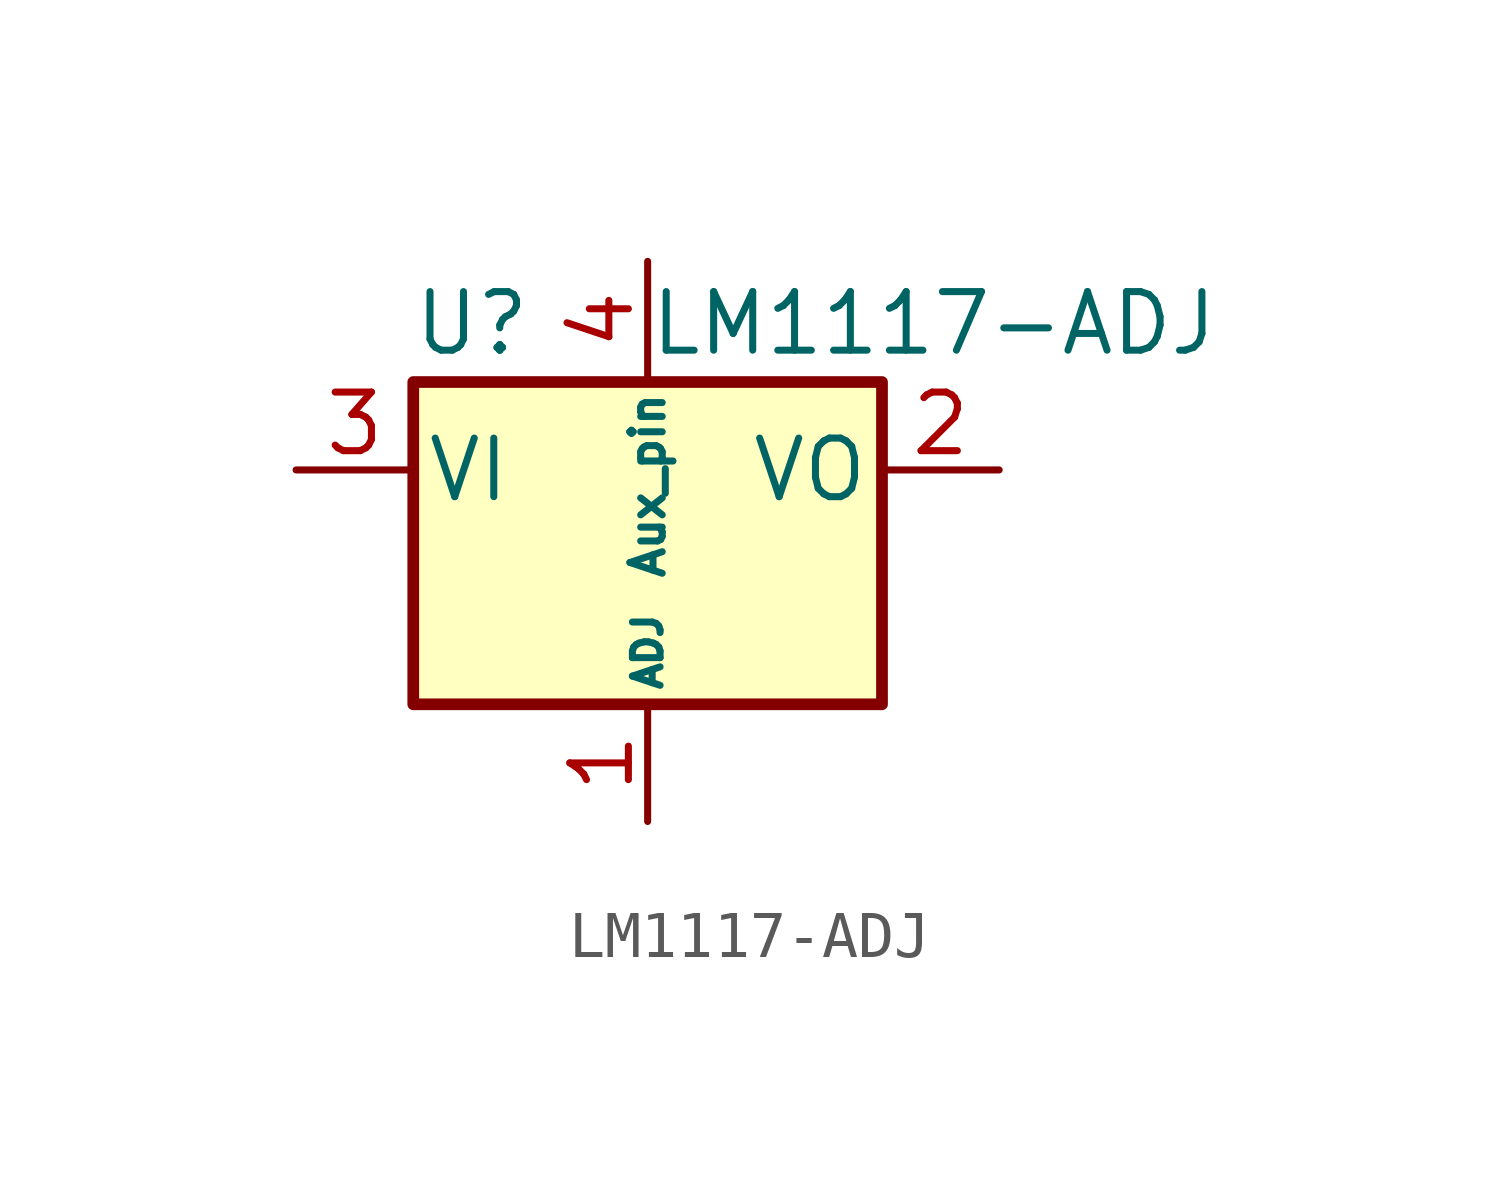
<source format=kicad_sym>
(kicad_symbol_lib
  (version 20211014)
  (generator kicad_symbol_editor)
  (symbol "LM1117-ADJ"
    (pin_names
      (offset 0.254))
    (property "Reference" "U"
      (at -3.81 3.175 0)
      (effects (font (size 1.27 1.27))))
    (property "Value" "LM1117-ADJ"
      (at 0 3.175 0)
      (effects (font (size 1.27 1.27)) (justify left)))
    (symbol "LM1117-ADJ_0_1"
      (rectangle (start -5.08 -5.08) (end 5.08 1.905) (stroke (width 0.254) (type default) (color 0 0 0 0)) (fill (type background))))
    (symbol "LM1117-ADJ_1_1"
      (pin input line (at 0 -7.62 90) (length 2.54) (name "ADJ" (effects (font (size 0.6 0.6)))) (number "1" (effects (font (size 1.27 1.27)))))
      (pin power_out line (at 7.62 0 180) (length 2.54) (name "VO" (effects (font (size 1.27 1.27)))) (number "2" (effects (font (size 1.27 1.27)))))
      (pin power_in line (at -7.62 0 0) (length 2.54) (name "VI" (effects (font (size 1.27 1.27)))) (number "3" (effects (font (size 1.27 1.27)))))
      (pin input line (at 0 4.521 270) (length 2.54) (name "Aux_pin" (effects (font (size 0.7 0.7)))) (number "4" (effects (font (size 1.27 1.27))))))))
</source>
